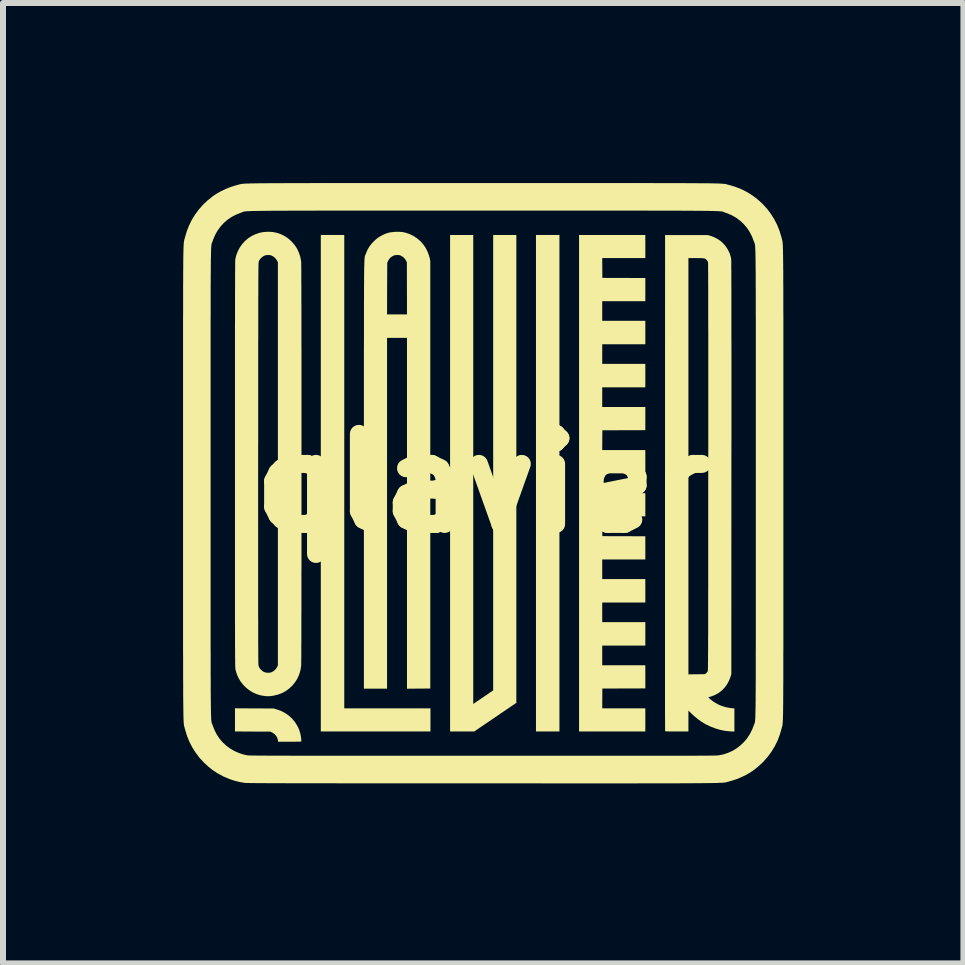
<source format=kicad_pcb>
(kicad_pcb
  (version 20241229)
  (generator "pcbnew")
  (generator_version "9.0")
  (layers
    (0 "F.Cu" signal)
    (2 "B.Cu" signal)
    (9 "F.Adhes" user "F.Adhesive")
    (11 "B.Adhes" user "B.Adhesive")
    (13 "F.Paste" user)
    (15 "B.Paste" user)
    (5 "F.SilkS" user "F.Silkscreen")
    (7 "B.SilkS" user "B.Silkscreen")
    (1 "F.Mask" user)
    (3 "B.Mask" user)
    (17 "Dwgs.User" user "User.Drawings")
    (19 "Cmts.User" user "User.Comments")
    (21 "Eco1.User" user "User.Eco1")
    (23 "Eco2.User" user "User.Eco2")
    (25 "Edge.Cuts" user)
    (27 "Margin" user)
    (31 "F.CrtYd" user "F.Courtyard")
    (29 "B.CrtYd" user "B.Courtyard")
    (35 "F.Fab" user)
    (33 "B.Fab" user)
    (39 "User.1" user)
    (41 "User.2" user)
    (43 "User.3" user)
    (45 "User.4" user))
  (footprint "qlavier"
    (layer "F.Cu")
    (at 5.001 5.001)
    (property "Reference" "qlavier" (at 0 0 0) (layer "F.SilkS") (effects (font (size 1.5 1.5) (thickness 0.3))))
    (attr board_only exclude_from_pos_files exclude_from_bom)
    (fp_poly (pts (xy 1.27 0) (xy 1.27 4.136) (xy 1.074 4.136) (xy 0.879 4.136) (xy 0.879 0) (xy 0.879 -4.136) (xy 1.074 -4.136) (xy 1.27 -4.136)) (stroke (width 0) (type solid)) (fill yes) (layer "F.SilkS"))
    (fp_poly (pts (xy -2.315 -0.193) (xy -2.315 3.751) (xy -1.597 3.751) (xy -0.879 3.751) (xy -0.879 3.944) (xy -0.879 4.136) (xy -1.792 4.136) (xy -2.706 4.136) (xy -2.706 0) (xy -2.706 -4.136) (xy -2.51 -4.136) (xy -2.315 -4.136)) (stroke (width 0) (type solid)) (fill yes) (layer "F.SilkS"))
    (fp_poly (pts (xy -0.166 -0.229) (xy -0.166 3.678) (xy -0.07 3.612) (xy -0.037 3.59) (xy -0.002 3.566) (xy 0.033 3.542) (xy 0.065 3.521) (xy 0.092 3.502) (xy 0.096 3.499) (xy 0.166 3.452) (xy 0.166 -0.342) (xy 0.166 -4.136) (xy 0.359 -4.136) (xy 0.552 -4.136) (xy 0.552 -0.238) (xy 0.552 3.66) (xy 0.497 3.697) (xy 0.479 3.709) (xy 0.453 3.726) (xy 0.422 3.748) (xy 0.384 3.773) (xy 0.342 3.802) (xy 0.296 3.833) (xy 0.247 3.867) (xy 0.195 3.902) (xy 0.142 3.938) (xy 0.088 3.975) (xy 0.034 4.011) (xy -0.019 4.047) (xy -0.026 4.052) (xy -0.149 4.136) (xy -0.35 4.136) (xy -0.552 4.136) (xy -0.552 0) (xy -0.552 -4.136) (xy -0.359 -4.136) (xy -0.166 -4.136)) (stroke (width 0) (type solid)) (fill yes) (layer "F.SilkS"))
    (fp_poly (pts (xy -3.815 3.752) (xy -3.494 3.753) (xy -3.445 3.767) (xy -3.375 3.791) (xy -3.31 3.824) (xy -3.25 3.864) (xy -3.195 3.911) (xy -3.148 3.965) (xy -3.124 3.999) (xy -3.098 4.042) (xy -3.077 4.083) (xy -3.061 4.124) (xy -3.05 4.161) (xy -3.045 4.182) (xy -3.04 4.207) (xy -3.036 4.232) (xy -3.033 4.257) (xy -3.031 4.278) (xy -3.03 4.294) (xy -3.031 4.303) (xy -3.031 4.303) (xy -3.036 4.304) (xy -3.05 4.305) (xy -3.072 4.306) (xy -3.1 4.306) (xy -3.134 4.307) (xy -3.172 4.307) (xy -3.213 4.307) (xy -3.225 4.307) (xy -3.417 4.307) (xy -3.421 4.282) (xy -3.43 4.245) (xy -3.449 4.211) (xy -3.475 4.182) (xy -3.507 4.159) (xy -3.52 4.152) (xy -3.548 4.139) (xy -3.842 4.138) (xy -4.136 4.136) (xy -4.136 3.943) (xy -4.136 3.75)) (stroke (width 0) (type solid)) (fill yes) (layer "F.SilkS"))
    (fp_poly (pts (xy 2.701 -3.944) (xy 2.701 -3.751) (xy 2.342 -3.751) (xy 1.983 -3.751) (xy 1.984 -3.586) (xy 1.985 -3.421) (xy 2.343 -3.42) (xy 2.701 -3.419) (xy 2.701 -3.226) (xy 2.701 -3.033) (xy 2.342 -3.033) (xy 1.983 -3.033) (xy 1.983 -2.869) (xy 1.983 -2.706) (xy 2.342 -2.706) (xy 2.701 -2.706) (xy 2.701 -2.51) (xy 2.701 -2.315) (xy 2.342 -2.315) (xy 1.983 -2.315) (xy 1.983 -2.151) (xy 1.983 -1.988) (xy 2.342 -1.988) (xy 2.701 -1.988) (xy 2.701 -1.792) (xy 2.701 -1.597) (xy 2.342 -1.597) (xy 1.983 -1.597) (xy 1.983 -1.433) (xy 1.983 -1.27) (xy 2.342 -1.27) (xy 2.701 -1.27) (xy 2.701 -1.077) (xy 2.701 -0.884) (xy 2.343 -0.883) (xy 1.985 -0.882) (xy 1.984 -0.717) (xy 1.983 -0.552) (xy 2.342 -0.552) (xy 2.701 -0.552) (xy 2.701 -0.359) (xy 2.701 -0.166) (xy 2.343 -0.165) (xy 1.985 -0.164) (xy 1.984 0.001) (xy 1.983 0.166) (xy 2.342 0.166) (xy 2.701 0.166) (xy 2.701 0.359) (xy 2.701 0.552) (xy 2.342 0.552) (xy 1.983 0.552) (xy 1.984 0.717) (xy 1.985 0.882) (xy 2.343 0.883) (xy 2.701 0.884) (xy 2.701 1.077) (xy 2.701 1.27) (xy 2.342 1.27) (xy 1.983 1.27) (xy 1.983 1.433) (xy 1.983 1.597) (xy 2.342 1.597) (xy 2.701 1.597) (xy 2.701 1.792) (xy 2.701 1.988) (xy 2.342 1.988) (xy 1.983 1.988) (xy 1.983 2.151) (xy 1.983 2.315) (xy 2.342 2.315) (xy 2.701 2.315) (xy 2.701 2.51) (xy 2.701 2.706) (xy 2.342 2.706) (xy 1.983 2.706) (xy 1.983 2.869) (xy 1.983 3.033) (xy 2.342 3.033) (xy 2.701 3.033) (xy 2.701 3.226) (xy 2.701 3.419) (xy 2.343 3.42) (xy 1.985 3.421) (xy 1.984 3.586) (xy 1.983 3.751) (xy 2.342 3.751) (xy 2.701 3.751) (xy 2.701 3.944) (xy 2.701 4.136) (xy 2.149 4.136) (xy 1.597 4.136) (xy 1.597 0) (xy 1.597 -4.136) (xy 2.149 -4.136) (xy 2.701 -4.136)) (stroke (width 0) (type solid)) (fill yes) (layer "F.SilkS"))
    (fp_poly (pts (xy -1.395 -4.189) (xy -1.343 -4.184) (xy -1.294 -4.174) (xy -1.245 -4.158) (xy -1.222 -4.149) (xy -1.156 -4.116) (xy -1.096 -4.075) (xy -1.042 -4.028) (xy -0.995 -3.974) (xy -0.955 -3.914) (xy -0.923 -3.848) (xy -0.899 -3.778) (xy -0.892 -3.752) (xy -0.882 -3.704) (xy -0.882 -0.142) (xy -0.882 3.421) (xy -1.076 3.422) (xy -1.27 3.424) (xy -1.27 0.501) (xy -1.27 -2.422) (xy -1.436 -2.422) (xy -1.602 -2.422) (xy -1.602 0.501) (xy -1.602 3.423) (xy -1.795 3.423) (xy -1.988 3.423) (xy -1.988 -0.128) (xy -1.988 -0.354) (xy -1.988 -0.57) (xy -1.988 -0.776) (xy -1.988 -0.973) (xy -1.988 -1.162) (xy -1.988 -1.342) (xy -1.988 -1.513) (xy -1.988 -1.676) (xy -1.988 -1.831) (xy -1.988 -1.978) (xy -1.988 -2.117) (xy -1.988 -2.249) (xy -1.987 -2.374) (xy -1.987 -2.491) (xy -1.987 -2.602) (xy -1.987 -2.706) (xy -1.987 -2.804) (xy -1.987 -2.813) (xy -1.602 -2.813) (xy -1.436 -2.813) (xy -1.27 -2.813) (xy -1.271 -3.246) (xy -1.272 -3.68) (xy -1.285 -3.707) (xy -1.305 -3.739) (xy -1.333 -3.767) (xy -1.366 -3.788) (xy -1.367 -3.788) (xy -1.383 -3.796) (xy -1.399 -3.8) (xy -1.417 -3.802) (xy -1.433 -3.802) (xy -1.455 -3.801) (xy -1.472 -3.799) (xy -1.487 -3.794) (xy -1.505 -3.786) (xy -1.54 -3.764) (xy -1.567 -3.735) (xy -1.587 -3.7) (xy -1.588 -3.698) (xy -1.599 -3.67) (xy -1.601 -3.242) (xy -1.602 -2.813) (xy -1.987 -2.813) (xy -1.987 -2.895) (xy -1.987 -2.981) (xy -1.986 -3.061) (xy -1.986 -3.135) (xy -1.986 -3.204) (xy -1.986 -3.268) (xy -1.985 -3.326) (xy -1.985 -3.38) (xy -1.985 -3.43) (xy -1.984 -3.475) (xy -1.984 -3.516) (xy -1.983 -3.554) (xy -1.983 -3.587) (xy -1.982 -3.618) (xy -1.981 -3.644) (xy -1.981 -3.668) (xy -1.98 -3.689) (xy -1.979 -3.708) (xy -1.978 -3.724) (xy -1.977 -3.738) (xy -1.976 -3.749) (xy -1.975 -3.759) (xy -1.974 -3.768) (xy -1.973 -3.775) (xy -1.972 -3.781) (xy -1.971 -3.786) (xy -1.969 -3.79) (xy -1.968 -3.794) (xy -1.966 -3.798) (xy -1.965 -3.801) (xy -1.963 -3.804) (xy -1.961 -3.808) (xy -1.96 -3.813) (xy -1.958 -3.817) (xy -1.932 -3.881) (xy -1.9 -3.938) (xy -1.861 -3.99) (xy -1.825 -4.028) (xy -1.789 -4.062) (xy -1.754 -4.09) (xy -1.716 -4.114) (xy -1.673 -4.137) (xy -1.673 -4.137) (xy -1.627 -4.157) (xy -1.583 -4.172) (xy -1.538 -4.181) (xy -1.487 -4.187) (xy -1.452 -4.189)) (stroke (width 0) (type solid)) (fill yes) (layer "F.SilkS"))
    (fp_poly (pts (xy 3.782 -4.123) (xy 3.826 -4.108) (xy 3.872 -4.087) (xy 3.916 -4.062) (xy 3.955 -4.035) (xy 3.959 -4.032) (xy 4.004 -3.99) (xy 4.044 -3.942) (xy 4.078 -3.889) (xy 4.105 -3.832) (xy 4.124 -3.774) (xy 4.131 -3.738) (xy 4.132 -3.732) (xy 4.132 -3.719) (xy 4.133 -3.698) (xy 4.133 -3.669) (xy 4.133 -3.633) (xy 4.133 -3.589) (xy 4.134 -3.537) (xy 4.134 -3.477) (xy 4.134 -3.409) (xy 4.134 -3.334) (xy 4.135 -3.25) (xy 4.135 -3.158) (xy 4.135 -3.057) (xy 4.135 -2.948) (xy 4.135 -2.831) (xy 4.135 -2.705) (xy 4.135 -2.57) (xy 4.135 -2.426) (xy 4.136 -2.274) (xy 4.136 -2.113) (xy 4.136 -1.943) (xy 4.136 -1.763) (xy 4.136 -1.575) (xy 4.136 -1.377) (xy 4.136 -1.17) (xy 4.136 -0.953) (xy 4.136 -0.727) (xy 4.135 -0.491) (xy 4.135 -0.261) (xy 4.134 3.182) (xy 4.12 3.226) (xy 4.095 3.291) (xy 4.063 3.351) (xy 4.023 3.405) (xy 3.977 3.452) (xy 3.925 3.493) (xy 3.868 3.525) (xy 3.807 3.55) (xy 3.79 3.555) (xy 3.773 3.56) (xy 3.759 3.564) (xy 3.753 3.567) (xy 3.752 3.567) (xy 3.754 3.571) (xy 3.763 3.58) (xy 3.776 3.592) (xy 3.792 3.606) (xy 3.81 3.62) (xy 3.827 3.633) (xy 3.841 3.643) (xy 3.905 3.681) (xy 3.972 3.711) (xy 4.044 3.732) (xy 4.12 3.746) (xy 4.147 3.749) (xy 4.185 3.752) (xy 4.185 3.945) (xy 4.185 4.138) (xy 4.118 4.135) (xy 4.035 4.127) (xy 3.95 4.11) (xy 3.866 4.085) (xy 3.783 4.053) (xy 3.704 4.015) (xy 3.641 3.977) (xy 3.583 3.936) (xy 3.529 3.892) (xy 3.473 3.842) (xy 3.469 3.837) (xy 3.419 3.788) (xy 3.419 3.962) (xy 3.419 4.136) (xy 3.226 4.136) (xy 3.175 4.136) (xy 3.133 4.136) (xy 3.099 4.136) (xy 3.073 4.135) (xy 3.054 4.134) (xy 3.041 4.133) (xy 3.033 4.132) (xy 3.03 4.131) (xy 3.03 4.13) (xy 3.03 4.125) (xy 3.03 4.111) (xy 3.03 4.087) (xy 3.03 4.053) (xy 3.03 4.011) (xy 3.03 3.961) (xy 3.029 3.902) (xy 3.029 3.835) (xy 3.029 3.759) (xy 3.029 3.677) (xy 3.029 3.586) (xy 3.029 3.488) (xy 3.029 3.384) (xy 3.029 3.272) (xy 3.029 3.154) (xy 3.029 3.029) (xy 3.029 2.898) (xy 3.029 2.762) (xy 3.029 2.619) (xy 3.029 2.471) (xy 3.029 2.318) (xy 3.029 2.16) (xy 3.029 1.997) (xy 3.029 1.829) (xy 3.029 1.657) (xy 3.029 1.481) (xy 3.029 1.301) (xy 3.029 1.118) (xy 3.029 0.93) (xy 3.029 0.74) (xy 3.029 0.547) (xy 3.029 0.35) (xy 3.029 0.152) (xy 3.029 -0.005) (xy 3.03 -3.751) (xy 3.419 -3.751) (xy 3.419 -0.283) (xy 3.419 3.185) (xy 3.554 3.183) (xy 3.69 3.182) (xy 3.71 3.169) (xy 3.724 3.156) (xy 3.736 3.142) (xy 3.739 3.137) (xy 3.74 3.136) (xy 3.74 3.134) (xy 3.741 3.132) (xy 3.741 3.129) (xy 3.742 3.125) (xy 3.742 3.119) (xy 3.743 3.112) (xy 3.743 3.104) (xy 3.743 3.094) (xy 3.744 3.082) (xy 3.744 3.067) (xy 3.745 3.05) (xy 3.745 3.03) (xy 3.745 3.007) (xy 3.745 2.981) (xy 3.746 2.952) (xy 3.746 2.919) (xy 3.746 2.882) (xy 3.746 2.841) (xy 3.747 2.796) (xy 3.747 2.747) (xy 3.747 2.693) (xy 3.747 2.634) (xy 3.747 2.57) (xy 3.748 2.5) (xy 3.748 2.426) (xy 3.748 2.345) (xy 3.748 2.258) (xy 3.748 2.166) (xy 3.748 2.066) (xy 3.748 1.961) (xy 3.748 1.848) (xy 3.749 1.729) (xy 3.749 1.602) (xy 3.749 1.467) (xy 3.749 1.325) (xy 3.749 1.176) (xy 3.749 1.018) (xy 3.749 0.851) (xy 3.749 0.677) (xy 3.749 0.493) (xy 3.749 0.301) (xy 3.749 0.099) (xy 3.749 -0.112) (xy 3.749 -0.273) (xy 3.75 -0.51) (xy 3.75 -0.737) (xy 3.75 -0.955) (xy 3.75 -1.163) (xy 3.75 -1.362) (xy 3.75 -1.552) (xy 3.75 -1.733) (xy 3.75 -1.905) (xy 3.75 -2.068) (xy 3.75 -2.222) (xy 3.75 -2.368) (xy 3.75 -2.506) (xy 3.749 -2.635) (xy 3.749 -2.756) (xy 3.749 -2.869) (xy 3.749 -2.974) (xy 3.749 -3.071) (xy 3.749 -3.161) (xy 3.749 -3.243) (xy 3.748 -3.318) (xy 3.748 -3.385) (xy 3.748 -3.445) (xy 3.748 -3.498) (xy 3.747 -3.545) (xy 3.747 -3.584) (xy 3.747 -3.617) (xy 3.747 -3.643) (xy 3.746 -3.662) (xy 3.746 -3.676) (xy 3.745 -3.683) (xy 3.745 -3.684) (xy 3.735 -3.705) (xy 3.719 -3.724) (xy 3.699 -3.739) (xy 3.685 -3.745) (xy 3.673 -3.747) (xy 3.653 -3.748) (xy 3.625 -3.75) (xy 3.591 -3.75) (xy 3.551 -3.751) (xy 3.542 -3.751) (xy 3.419 -3.751) (xy 3.03 -3.751) (xy 3.03 -4.134) (xy 3.387 -4.134) (xy 3.743 -4.134)) (stroke (width 0) (type solid)) (fill yes) (layer "F.SilkS"))
    (fp_poly (pts (xy -3.511 -4.186) (xy -3.44 -4.172) (xy -3.372 -4.149) (xy -3.308 -4.117) (xy -3.248 -4.077) (xy -3.194 -4.029) (xy -3.145 -3.973) (xy -3.104 -3.913) (xy -3.073 -3.847) (xy -3.049 -3.777) (xy -3.035 -3.703) (xy -3.033 -3.69) (xy -3.033 -3.682) (xy -3.032 -3.665) (xy -3.032 -3.638) (xy -3.032 -3.603) (xy -3.031 -3.559) (xy -3.031 -3.507) (xy -3.031 -3.447) (xy -3.031 -3.379) (xy -3.03 -3.305) (xy -3.03 -3.223) (xy -3.03 -3.134) (xy -3.03 -3.039) (xy -3.029 -2.938) (xy -3.029 -2.831) (xy -3.029 -2.719) (xy -3.029 -2.602) (xy -3.029 -2.48) (xy -3.029 -2.353) (xy -3.028 -2.222) (xy -3.028 -2.087) (xy -3.028 -1.948) (xy -3.028 -1.807) (xy -3.028 -1.662) (xy -3.028 -1.514) (xy -3.028 -1.365) (xy -3.028 -1.213) (xy -3.028 -1.059) (xy -3.028 -0.904) (xy -3.028 -0.748) (xy -3.028 -0.591) (xy -3.028 -0.433) (xy -3.028 -0.275) (xy -3.028 -0.118) (xy -3.028 0.04) (xy -3.028 0.196) (xy -3.028 0.352) (xy -3.028 0.506) (xy -3.028 0.659) (xy -3.028 0.81) (xy -3.028 0.958) (xy -3.028 1.104) (xy -3.028 1.247) (xy -3.028 1.387) (xy -3.029 1.523) (xy -3.029 1.656) (xy -3.029 1.784) (xy -3.029 1.909) (xy -3.029 2.028) (xy -3.029 2.142) (xy -3.03 2.251) (xy -3.03 2.355) (xy -3.03 2.452) (xy -3.03 2.543) (xy -3.03 2.628) (xy -3.031 2.706) (xy -3.031 2.777) (xy -3.031 2.84) (xy -3.031 2.895) (xy -3.032 2.942) (xy -3.032 2.981) (xy -3.032 3.011) (xy -3.033 3.032) (xy -3.033 3.044) (xy -3.033 3.046) (xy -3.046 3.12) (xy -3.067 3.189) (xy -3.096 3.254) (xy -3.135 3.316) (xy -3.136 3.317) (xy -3.181 3.373) (xy -3.234 3.422) (xy -3.292 3.464) (xy -3.355 3.498) (xy -3.423 3.523) (xy -3.494 3.54) (xy -3.528 3.545) (xy -3.557 3.548) (xy -3.58 3.549) (xy -3.603 3.549) (xy -3.629 3.547) (xy -3.646 3.545) (xy -3.715 3.533) (xy -3.781 3.512) (xy -3.844 3.483) (xy -3.903 3.446) (xy -3.957 3.402) (xy -4.005 3.352) (xy -4.047 3.297) (xy -4.082 3.236) (xy -4.109 3.171) (xy -4.128 3.103) (xy -4.129 3.096) (xy -4.129 3.093) (xy -4.13 3.088) (xy -4.13 3.082) (xy -4.131 3.074) (xy -4.131 3.064) (xy -4.132 3.052) (xy -4.132 3.037) (xy -4.132 3.02) (xy -4.133 3) (xy -4.133 2.977) (xy -4.133 2.95) (xy -4.133 2.92) (xy -4.134 2.887) (xy -4.134 2.849) (xy -4.134 2.808) (xy -4.134 2.762) (xy -4.135 2.711) (xy -4.135 2.656) (xy -4.135 2.596) (xy -4.135 2.53) (xy -4.135 2.459) (xy -4.135 2.383) (xy -4.136 2.301) (xy -4.136 2.212) (xy -4.136 2.118) (xy -4.136 2.017) (xy -4.136 1.909) (xy -4.136 1.795) (xy -4.136 1.673) (xy -4.136 1.544) (xy -4.136 1.408) (xy -4.136 1.263) (xy -4.136 1.25) (xy -3.75 1.25) (xy -3.75 1.408) (xy -3.75 1.558) (xy -3.75 1.7) (xy -3.75 1.833) (xy -3.75 1.959) (xy -3.75 2.077) (xy -3.75 2.187) (xy -3.749 2.289) (xy -3.749 2.385) (xy -3.749 2.473) (xy -3.749 2.553) (xy -3.749 2.627) (xy -3.749 2.694) (xy -3.748 2.755) (xy -3.748 2.809) (xy -3.748 2.856) (xy -3.748 2.898) (xy -3.747 2.933) (xy -3.747 2.962) (xy -3.747 2.986) (xy -3.746 3.004) (xy -3.746 3.016) (xy -3.746 3.024) (xy -3.746 3.025) (xy -3.739 3.051) (xy -3.731 3.072) (xy -3.717 3.091) (xy -3.706 3.104) (xy -3.677 3.131) (xy -3.646 3.148) (xy -3.611 3.157) (xy -3.577 3.158) (xy -3.547 3.155) (xy -3.52 3.146) (xy -3.516 3.144) (xy -3.484 3.124) (xy -3.456 3.097) (xy -3.435 3.064) (xy -3.435 3.063) (xy -3.421 3.035) (xy -3.421 -0.322) (xy -3.421 -3.68) (xy -3.432 -3.703) (xy -3.449 -3.731) (xy -3.473 -3.758) (xy -3.501 -3.78) (xy -3.515 -3.787) (xy -3.532 -3.795) (xy -3.547 -3.799) (xy -3.565 -3.801) (xy -3.582 -3.802) (xy -3.605 -3.801) (xy -3.622 -3.799) (xy -3.638 -3.794) (xy -3.652 -3.788) (xy -3.68 -3.771) (xy -3.706 -3.748) (xy -3.727 -3.721) (xy -3.739 -3.698) (xy -3.74 -3.697) (xy -3.74 -3.694) (xy -3.741 -3.692) (xy -3.741 -3.688) (xy -3.742 -3.683) (xy -3.742 -3.677) (xy -3.743 -3.669) (xy -3.743 -3.66) (xy -3.744 -3.648) (xy -3.744 -3.635) (xy -3.744 -3.618) (xy -3.745 -3.6) (xy -3.745 -3.578) (xy -3.745 -3.554) (xy -3.746 -3.526) (xy -3.746 -3.494) (xy -3.746 -3.459) (xy -3.746 -3.42) (xy -3.747 -3.377) (xy -3.747 -3.33) (xy -3.747 -3.277) (xy -3.747 -3.22) (xy -3.747 -3.159) (xy -3.748 -3.091) (xy -3.748 -3.019) (xy -3.748 -2.94) (xy -3.748 -2.856) (xy -3.748 -2.766) (xy -3.748 -2.669) (xy -3.748 -2.566) (xy -3.748 -2.456) (xy -3.749 -2.339) (xy -3.749 -2.215) (xy -3.749 -2.084) (xy -3.749 -1.945) (xy -3.749 -1.798) (xy -3.749 -1.643) (xy -3.749 -1.48) (xy -3.749 -1.308) (xy -3.749 -1.128) (xy -3.749 -0.938) (xy -3.749 -0.74) (xy -3.75 -0.532) (xy -3.75 -0.339) (xy -3.75 -0.108) (xy -3.75 0.113) (xy -3.75 0.326) (xy -3.75 0.528) (xy -3.75 0.722) (xy -3.75 0.907) (xy -3.75 1.083) (xy -3.75 1.25) (xy -4.136 1.25) (xy -4.136 1.111) (xy -4.136 0.951) (xy -4.136 0.782) (xy -4.136 0.605) (xy -4.136 0.419) (xy -4.136 0.224) (xy -4.136 0.02) (xy -4.136 -0.194) (xy -4.136 -0.322) (xy -4.136 -0.565) (xy -4.136 -0.799) (xy -4.136 -1.022) (xy -4.136 -1.237) (xy -4.136 -1.441) (xy -4.136 -1.637) (xy -4.136 -1.823) (xy -4.136 -2) (xy -4.136 -2.168) (xy -4.136 -2.327) (xy -4.136 -2.477) (xy -4.136 -2.617) (xy -4.135 -2.75) (xy -4.135 -2.873) (xy -4.135 -2.988) (xy -4.135 -3.094) (xy -4.135 -3.191) (xy -4.134 -3.281) (xy -4.134 -3.361) (xy -4.134 -3.434) (xy -4.134 -3.499) (xy -4.133 -3.555) (xy -4.133 -3.603) (xy -4.133 -3.644) (xy -4.133 -3.676) (xy -4.132 -3.701) (xy -4.132 -3.718) (xy -4.131 -3.727) (xy -4.131 -3.729) (xy -4.114 -3.8) (xy -4.088 -3.867) (xy -4.055 -3.929) (xy -4.014 -3.986) (xy -3.968 -4.037) (xy -3.915 -4.082) (xy -3.857 -4.119) (xy -3.795 -4.149) (xy -3.728 -4.172) (xy -3.658 -4.185) (xy -3.586 -4.19) (xy -3.586 -4.19)) (stroke (width 0) (type solid)) (fill yes) (layer "F.SilkS"))
    (fp_poly (pts (xy 1.636 -5.001) (xy 1.802 -5.001) (xy 1.96 -5.001) (xy 2.11 -5.001) (xy 2.252 -5.001) (xy 2.388 -5.001) (xy 2.516 -5.001) (xy 2.637 -5.001) (xy 2.751 -5.001) (xy 2.859 -5) (xy 2.96 -5) (xy 3.056 -5) (xy 3.145 -5) (xy 3.229 -5) (xy 3.307 -5) (xy 3.38 -4.999) (xy 3.447 -4.999) (xy 3.51 -4.999) (xy 3.568 -4.998) (xy 3.621 -4.998) (xy 3.671 -4.998) (xy 3.716 -4.997) (xy 3.757 -4.997) (xy 3.794 -4.996) (xy 3.828 -4.996) (xy 3.859 -4.995) (xy 3.886 -4.994) (xy 3.911 -4.994) (xy 3.933 -4.993) (xy 3.952 -4.992) (xy 3.969 -4.991) (xy 3.984 -4.99) (xy 3.998 -4.989) (xy 4.009 -4.988) (xy 4.019 -4.987) (xy 4.028 -4.986) (xy 4.035 -4.985) (xy 4.042 -4.984) (xy 4.048 -4.982) (xy 4.053 -4.981) (xy 4.058 -4.98) (xy 4.063 -4.978) (xy 4.069 -4.977) (xy 4.074 -4.975) (xy 4.08 -4.973) (xy 4.087 -4.972) (xy 4.09 -4.971) (xy 4.193 -4.941) (xy 4.293 -4.903) (xy 4.388 -4.855) (xy 4.479 -4.799) (xy 4.565 -4.735) (xy 4.645 -4.663) (xy 4.654 -4.654) (xy 4.727 -4.575) (xy 4.791 -4.49) (xy 4.848 -4.4) (xy 4.897 -4.305) (xy 4.936 -4.207) (xy 4.967 -4.105) (xy 4.971 -4.09) (xy 4.973 -4.083) (xy 4.974 -4.077) (xy 4.976 -4.071) (xy 4.978 -4.065) (xy 4.979 -4.06) (xy 4.981 -4.055) (xy 4.982 -4.05) (xy 4.983 -4.044) (xy 4.985 -4.038) (xy 4.986 -4.031) (xy 4.987 -4.022) (xy 4.988 -4.013) (xy 4.989 -4.002) (xy 4.99 -3.99) (xy 4.991 -3.975) (xy 4.992 -3.959) (xy 4.993 -3.941) (xy 4.993 -3.92) (xy 4.994 -3.896) (xy 4.995 -3.87) (xy 4.995 -3.84) (xy 4.996 -3.808) (xy 4.996 -3.772) (xy 4.997 -3.732) (xy 4.997 -3.689) (xy 4.998 -3.641) (xy 4.998 -3.589) (xy 4.999 -3.533) (xy 4.999 -3.472) (xy 4.999 -3.406) (xy 4.999 -3.336) (xy 5 -3.259) (xy 5 -3.178) (xy 5 -3.091) (xy 5 -2.998) (xy 5 -2.899) (xy 5.001 -2.793) (xy 5.001 -2.682) (xy 5.001 -2.563) (xy 5.001 -2.438) (xy 5.001 -2.306) (xy 5.001 -2.166) (xy 5.001 -2.019) (xy 5.001 -1.864) (xy 5.001 -1.701) (xy 5.001 -1.531) (xy 5.001 -1.352) (xy 5.001 -1.164) (xy 5.001 -0.968) (xy 5.001 -0.763) (xy 5.001 -0.549) (xy 5.001 -0.325) (xy 5.001 -0.093) (xy 5.001 0) (xy 5.001 0.237) (xy 5.001 0.464) (xy 5.001 0.681) (xy 5.001 0.89) (xy 5.001 1.089) (xy 5.001 1.28) (xy 5.001 1.463) (xy 5.001 1.636) (xy 5.001 1.802) (xy 5.001 1.96) (xy 5.001 2.11) (xy 5.001 2.252) (xy 5.001 2.388) (xy 5.001 2.516) (xy 5.001 2.637) (xy 5.001 2.751) (xy 5 2.859) (xy 5 2.96) (xy 5 3.056) (xy 5 3.145) (xy 5 3.229) (xy 5 3.307) (xy 4.999 3.38) (xy 4.999 3.447) (xy 4.999 3.51) (xy 4.998 3.568) (xy 4.998 3.621) (xy 4.998 3.671) (xy 4.997 3.716) (xy 4.997 3.757) (xy 4.996 3.794) (xy 4.996 3.828) (xy 4.995 3.859) (xy 4.994 3.886) (xy 4.994 3.911) (xy 4.993 3.933) (xy 4.992 3.952) (xy 4.991 3.969) (xy 4.99 3.984) (xy 4.989 3.998) (xy 4.988 4.009) (xy 4.987 4.019) (xy 4.986 4.028) (xy 4.985 4.035) (xy 4.984 4.042) (xy 4.982 4.048) (xy 4.981 4.053) (xy 4.98 4.058) (xy 4.978 4.063) (xy 4.977 4.069) (xy 4.975 4.074) (xy 4.973 4.08) (xy 4.972 4.087) (xy 4.971 4.09) (xy 4.941 4.192) (xy 4.903 4.291) (xy 4.856 4.386) (xy 4.801 4.476) (xy 4.738 4.561) (xy 4.667 4.641) (xy 4.59 4.714) (xy 4.506 4.781) (xy 4.452 4.818) (xy 4.383 4.858) (xy 4.307 4.895) (xy 4.228 4.928) (xy 4.147 4.955) (xy 4.09 4.971) (xy 4.083 4.973) (xy 4.077 4.974) (xy 4.071 4.976) (xy 4.066 4.978) (xy 4.06 4.979) (xy 4.055 4.981) (xy 4.05 4.982) (xy 4.044 4.983) (xy 4.038 4.985) (xy 4.031 4.986) (xy 4.023 4.987) (xy 4.013 4.988) (xy 4.002 4.989) (xy 3.99 4.99) (xy 3.976 4.991) (xy 3.96 4.992) (xy 3.941 4.992) (xy 3.92 4.993) (xy 3.897 4.994) (xy 3.87 4.995) (xy 3.841 4.995) (xy 3.809 4.996) (xy 3.773 4.996) (xy 3.733 4.997) (xy 3.689 4.997) (xy 3.642 4.998) (xy 3.59 4.998) (xy 3.534 4.998) (xy 3.473 4.999) (xy 3.408 4.999) (xy 3.337 4.999) (xy 3.261 5) (xy 3.18 5) (xy 3.093 5) (xy 3 5) (xy 2.901 5) (xy 2.796 5) (xy 2.684 5) (xy 2.566 5.001) (xy 2.441 5.001) (xy 2.309 5.001) (xy 2.169 5.001) (xy 2.022 5.001) (xy 1.868 5.001) (xy 1.706 5.001) (xy 1.535 5.001) (xy 1.356 5.001) (xy 1.169 5.001) (xy 0.973 5.001) (xy 0.769 5) (xy 0.555 5) (xy 0.332 5) (xy 0.099 5) (xy -0.007 5) (xy -0.246 5) (xy -0.476 5) (xy -0.696 5) (xy -0.907 5) (xy -1.109 5) (xy -1.302 5) (xy -1.486 5) (xy -1.662 5) (xy -1.83 5) (xy -1.99 5) (xy -2.141 5) (xy -2.286 5) (xy -2.422 5) (xy -2.551 4.999) (xy -2.674 4.999) (xy -2.789 4.999) (xy -2.897 4.999) (xy -2.999 4.999) (xy -3.095 4.999) (xy -3.184 4.999) (xy -3.268 4.999) (xy -3.346 4.998) (xy -3.418 4.998) (xy -3.484 4.998) (xy -3.546 4.998) (xy -3.602 4.998) (xy -3.654 4.997) (xy -3.7 4.997) (xy -3.743 4.997) (xy -3.781 4.997) (xy -3.815 4.996) (xy -3.845 4.996) (xy -3.871 4.996) (xy -3.894 4.995) (xy -3.914 4.995) (xy -3.93 4.995) (xy -3.944 4.994) (xy -3.954 4.994) (xy -3.962 4.994) (xy -3.968 4.993) (xy -3.97 4.993) (xy -4.055 4.979) (xy -4.143 4.957) (xy -4.23 4.928) (xy -4.315 4.892) (xy -4.342 4.879) (xy -4.427 4.833) (xy -4.505 4.782) (xy -4.578 4.724) (xy -4.649 4.659) (xy -4.654 4.654) (xy -4.727 4.575) (xy -4.791 4.49) (xy -4.848 4.4) (xy -4.897 4.305) (xy -4.936 4.207) (xy -4.967 4.105) (xy -4.971 4.09) (xy -4.973 4.083) (xy -4.974 4.077) (xy -4.976 4.071) (xy -4.978 4.065) (xy -4.979 4.06) (xy -4.981 4.055) (xy -4.982 4.05) (xy -4.983 4.044) (xy -4.985 4.038) (xy -4.986 4.031) (xy -4.987 4.022) (xy -4.988 4.013) (xy -4.989 4.002) (xy -4.99 3.99) (xy -4.991 3.975) (xy -4.992 3.959) (xy -4.993 3.941) (xy -4.993 3.92) (xy -4.994 3.896) (xy -4.995 3.87) (xy -4.995 3.84) (xy -4.996 3.808) (xy -4.996 3.772) (xy -4.997 3.732) (xy -4.997 3.689) (xy -4.998 3.641) (xy -4.998 3.589) (xy -4.999 3.533) (xy -4.999 3.472) (xy -4.999 3.406) (xy -4.999 3.336) (xy -5 3.259) (xy -5 3.178) (xy -5 3.091) (xy -5 2.998) (xy -5 2.899) (xy -5.001 2.793) (xy -5.001 2.682) (xy -5.001 2.563) (xy -5.001 2.438) (xy -5.001 2.306) (xy -5.001 2.166) (xy -5.001 2.019) (xy -5.001 1.864) (xy -5.001 1.701) (xy -5.001 1.629) (xy -4.542 1.629) (xy -4.542 1.794) (xy -4.542 1.951) (xy -4.542 2.1) (xy -4.542 2.242) (xy -4.542 2.376) (xy -4.542 2.503) (xy -4.542 2.623) (xy -4.542 2.736) (xy -4.541 2.843) (xy -4.541 2.944) (xy -4.541 3.038) (xy -4.541 3.126) (xy -4.541 3.209) (xy -4.54 3.286) (xy -4.54 3.358) (xy -4.54 3.425) (xy -4.54 3.486) (xy -4.539 3.543) (xy -4.539 3.596) (xy -4.538 3.644) (xy -4.538 3.688) (xy -4.537 3.728) (xy -4.537 3.764) (xy -4.536 3.797) (xy -4.536 3.827) (xy -4.535 3.853) (xy -4.534 3.876) (xy -4.533 3.897) (xy -4.532 3.915) (xy -4.532 3.931) (xy -4.531 3.945) (xy -4.53 3.957) (xy -4.528 3.967) (xy -4.527 3.975) (xy -4.526 3.983) (xy -4.525 3.989) (xy -4.523 3.994) (xy -4.522 3.999) (xy -4.521 4.003) (xy -4.519 4.006) (xy -4.517 4.01) (xy -4.516 4.014) (xy -4.514 4.018) (xy -4.512 4.022) (xy -4.51 4.028) (xy -4.509 4.031) (xy -4.478 4.111) (xy -4.44 4.186) (xy -4.394 4.255) (xy -4.341 4.317) (xy -4.281 4.373) (xy -4.214 4.422) (xy -4.142 4.464) (xy -4.064 4.497) (xy -4.029 4.509) (xy -4.001 4.518) (xy -3.971 4.525) (xy -3.942 4.531) (xy -3.926 4.534) (xy -3.923 4.534) (xy -3.916 4.535) (xy -3.908 4.535) (xy -3.897 4.536) (xy -3.883 4.536) (xy -3.867 4.536) (xy -3.847 4.537) (xy -3.824 4.537) (xy -3.798 4.537) (xy -3.767 4.538) (xy -3.733 4.538) (xy -3.695 4.538) (xy -3.653 4.538) (xy -3.606 4.539) (xy -3.554 4.539) (xy -3.498 4.539) (xy -3.437 4.539) (xy -3.37 4.539) (xy -3.298 4.539) (xy -3.221 4.54) (xy -3.137 4.54) (xy -3.048 4.54) (xy -2.952 4.54) (xy -2.851 4.54) (xy -2.742 4.54) (xy -2.627 4.54) (xy -2.505 4.541) (xy -2.376 4.541) (xy -2.239 4.541) (xy -2.095 4.541) (xy -1.943 4.541) (xy -1.784 4.541) (xy -1.616 4.541) (xy -1.44 4.541) (xy -1.255 4.541) (xy -1.062 4.541) (xy -0.86 4.541) (xy -0.649 4.541) (xy -0.429 4.541) (xy -0.199 4.541) (xy -0.006 4.541) (xy 0.229 4.541) (xy 0.454 4.541) (xy 0.67 4.541) (xy 0.876 4.541) (xy 1.074 4.541) (xy 1.263 4.541) (xy 1.443 4.541) (xy 1.615 4.541) (xy 1.779 4.541) (xy 1.935 4.541) (xy 2.083 4.541) (xy 2.223 4.541) (xy 2.356 4.541) (xy 2.482 4.541) (xy 2.601 4.541) (xy 2.713 4.541) (xy 2.819 4.541) (xy 2.918 4.541) (xy 3.012 4.541) (xy 3.099 4.541) (xy 3.18 4.541) (xy 3.256 4.541) (xy 3.326 4.54) (xy 3.392 4.54) (xy 3.452 4.54) (xy 3.508 4.54) (xy 3.559 4.54) (xy 3.605 4.539) (xy 3.648 4.539) (xy 3.686 4.539) (xy 3.721 4.539) (xy 3.752 4.539) (xy 3.78 4.538) (xy 3.805 4.538) (xy 3.827 4.538) (xy 3.846 4.537) (xy 3.862 4.537) (xy 3.876 4.537) (xy 3.888 4.536) (xy 3.898 4.536) (xy 3.906 4.535) (xy 3.913 4.535) (xy 3.918 4.535) (xy 3.922 4.534) (xy 3.923 4.534) (xy 4.003 4.518) (xy 4.08 4.492) (xy 4.154 4.459) (xy 4.222 4.417) (xy 4.286 4.368) (xy 4.344 4.313) (xy 4.396 4.251) (xy 4.441 4.183) (xy 4.479 4.109) (xy 4.509 4.031) (xy 4.511 4.026) (xy 4.513 4.021) (xy 4.515 4.016) (xy 4.516 4.012) (xy 4.518 4.009) (xy 4.52 4.005) (xy 4.521 4.001) (xy 4.523 3.997) (xy 4.524 3.992) (xy 4.525 3.987) (xy 4.527 3.98) (xy 4.528 3.973) (xy 4.529 3.963) (xy 4.53 3.953) (xy 4.531 3.94) (xy 4.532 3.926) (xy 4.533 3.909) (xy 4.534 3.89) (xy 4.534 3.869) (xy 4.535 3.844) (xy 4.536 3.817) (xy 4.536 3.786) (xy 4.537 3.752) (xy 4.538 3.715) (xy 4.538 3.673) (xy 4.539 3.628) (xy 4.539 3.578) (xy 4.539 3.524) (xy 4.54 3.466) (xy 4.54 3.403) (xy 4.54 3.334) (xy 4.541 3.261) (xy 4.541 3.182) (xy 4.541 3.097) (xy 4.541 3.007) (xy 4.541 2.91) (xy 4.541 2.808) (xy 4.542 2.699) (xy 4.542 2.583) (xy 4.542 2.46) (xy 4.542 2.331) (xy 4.542 2.194) (xy 4.542 2.05) (xy 4.542 1.898) (xy 4.542 1.739) (xy 4.542 1.571) (xy 4.542 1.395) (xy 4.542 1.211) (xy 4.542 1.018) (xy 4.542 0.816) (xy 4.542 0.606) (xy 4.542 0.386) (xy 4.542 0.156) (xy 4.542 0) (xy 4.542 -0.236) (xy 4.542 -0.462) (xy 4.542 -0.679) (xy 4.542 -0.886) (xy 4.542 -1.085) (xy 4.542 -1.275) (xy 4.542 -1.456) (xy 4.542 -1.629) (xy 4.542 -1.794) (xy 4.542 -1.951) (xy 4.542 -2.1) (xy 4.542 -2.242) (xy 4.542 -2.376) (xy 4.542 -2.503) (xy 4.542 -2.623) (xy 4.542 -2.736) (xy 4.541 -2.843) (xy 4.541 -2.944) (xy 4.541 -3.038) (xy 4.541 -3.126) (xy 4.541 -3.209) (xy 4.54 -3.286) (xy 4.54 -3.358) (xy 4.54 -3.425) (xy 4.54 -3.486) (xy 4.539 -3.543) (xy 4.539 -3.596) (xy 4.538 -3.644) (xy 4.538 -3.688) (xy 4.537 -3.728) (xy 4.537 -3.764) (xy 4.536 -3.797) (xy 4.536 -3.827) (xy 4.535 -3.853) (xy 4.534 -3.876) (xy 4.533 -3.897) (xy 4.532 -3.915) (xy 4.532 -3.931) (xy 4.531 -3.945) (xy 4.53 -3.957) (xy 4.528 -3.967) (xy 4.527 -3.975) (xy 4.526 -3.983) (xy 4.525 -3.989) (xy 4.523 -3.994) (xy 4.522 -3.999) (xy 4.521 -4.003) (xy 4.519 -4.006) (xy 4.517 -4.01) (xy 4.516 -4.014) (xy 4.514 -4.018) (xy 4.512 -4.022) (xy 4.51 -4.028) (xy 4.509 -4.031) (xy 4.478 -4.111) (xy 4.44 -4.186) (xy 4.394 -4.255) (xy 4.34 -4.318) (xy 4.28 -4.374) (xy 4.214 -4.423) (xy 4.142 -4.464) (xy 4.064 -4.498) (xy 4.031 -4.509) (xy 4.026 -4.511) (xy 4.021 -4.513) (xy 4.016 -4.515) (xy 4.012 -4.516) (xy 4.009 -4.518) (xy 4.005 -4.52) (xy 4.001 -4.521) (xy 3.997 -4.523) (xy 3.992 -4.524) (xy 3.987 -4.525) (xy 3.98 -4.527) (xy 3.973 -4.528) (xy 3.963 -4.529) (xy 3.953 -4.53) (xy 3.94 -4.531) (xy 3.926 -4.532) (xy 3.909 -4.533) (xy 3.89 -4.534) (xy 3.869 -4.534) (xy 3.844 -4.535) (xy 3.817 -4.536) (xy 3.786 -4.536) (xy 3.752 -4.537) (xy 3.715 -4.538) (xy 3.673 -4.538) (xy 3.628 -4.539) (xy 3.578 -4.539) (xy 3.524 -4.539) (xy 3.466 -4.54) (xy 3.403 -4.54) (xy 3.334 -4.54) (xy 3.261 -4.541) (xy 3.182 -4.541) (xy 3.097 -4.541) (xy 3.007 -4.541) (xy 2.91 -4.541) (xy 2.808 -4.541) (xy 2.699 -4.542) (xy 2.583 -4.542) (xy 2.46 -4.542) (xy 2.331 -4.542) (xy 2.194 -4.542) (xy 2.05 -4.542) (xy 1.898 -4.542) (xy 1.739 -4.542) (xy 1.571 -4.542) (xy 1.395 -4.542) (xy 1.211 -4.542) (xy 1.018 -4.542) (xy 0.816 -4.542) (xy 0.606 -4.542) (xy 0.386 -4.542) (xy 0.156 -4.542) (xy 0 -4.542) (xy -0.236 -4.542) (xy -0.462 -4.542) (xy -0.679 -4.542) (xy -0.886 -4.542) (xy -1.085 -4.542) (xy -1.275 -4.542) (xy -1.456 -4.542) (xy -1.629 -4.542) (xy -1.794 -4.542) (xy -1.951 -4.542) (xy -2.1 -4.542) (xy -2.242 -4.542) (xy -2.376 -4.542) (xy -2.503 -4.542) (xy -2.623 -4.542) (xy -2.736 -4.542) (xy -2.843 -4.541) (xy -2.944 -4.541) (xy -3.038 -4.541) (xy -3.126 -4.541) (xy -3.209 -4.541) (xy -3.286 -4.54) (xy -3.358 -4.54) (xy -3.425 -4.54) (xy -3.486 -4.54) (xy -3.543 -4.539) (xy -3.596 -4.539) (xy -3.644 -4.538) (xy -3.688 -4.538) (xy -3.728 -4.537) (xy -3.764 -4.537) (xy -3.797 -4.536) (xy -3.827 -4.536) (xy -3.853 -4.535) (xy -3.876 -4.534) (xy -3.897 -4.533) (xy -3.915 -4.532) (xy -3.931 -4.532) (xy -3.945 -4.531) (xy -3.957 -4.53) (xy -3.967 -4.528) (xy -3.975 -4.527) (xy -3.983 -4.526) (xy -3.989 -4.525) (xy -3.994 -4.523) (xy -3.999 -4.522) (xy -4.003 -4.521) (xy -4.006 -4.519) (xy -4.01 -4.517) (xy -4.014 -4.516) (xy -4.018 -4.514) (xy -4.022 -4.512) (xy -4.028 -4.51) (xy -4.031 -4.509) (xy -4.111 -4.478) (xy -4.186 -4.44) (xy -4.255 -4.394) (xy -4.318 -4.34) (xy -4.374 -4.28) (xy -4.423 -4.214) (xy -4.464 -4.142) (xy -4.498 -4.064) (xy -4.509 -4.031) (xy -4.511 -4.026) (xy -4.513 -4.021) (xy -4.515 -4.016) (xy -4.516 -4.012) (xy -4.518 -4.009) (xy -4.52 -4.005) (xy -4.521 -4.001) (xy -4.523 -3.997) (xy -4.524 -3.992) (xy -4.525 -3.987) (xy -4.527 -3.98) (xy -4.528 -3.973) (xy -4.529 -3.963) (xy -4.53 -3.953) (xy -4.531 -3.94) (xy -4.532 -3.926) (xy -4.533 -3.909) (xy -4.534 -3.89) (xy -4.534 -3.869) (xy -4.535 -3.844) (xy -4.536 -3.817) (xy -4.536 -3.786) (xy -4.537 -3.752) (xy -4.538 -3.715) (xy -4.538 -3.673) (xy -4.539 -3.628) (xy -4.539 -3.578) (xy -4.539 -3.524) (xy -4.54 -3.466) (xy -4.54 -3.403) (xy -4.54 -3.334) (xy -4.541 -3.261) (xy -4.541 -3.182) (xy -4.541 -3.097) (xy -4.541 -3.007) (xy -4.541 -2.91) (xy -4.541 -2.808) (xy -4.542 -2.699) (xy -4.542 -2.583) (xy -4.542 -2.46) (xy -4.542 -2.331) (xy -4.542 -2.194) (xy -4.542 -2.05) (xy -4.542 -1.898) (xy -4.542 -1.739) (xy -4.542 -1.571) (xy -4.542 -1.395) (xy -4.542 -1.211) (xy -4.542 -1.018) (xy -4.542 -0.816) (xy -4.542 -0.606) (xy -4.542 -0.386) (xy -4.542 -0.156) (xy -4.542 0) (xy -4.542 0.236) (xy -4.542 0.462) (xy -4.542 0.679) (xy -4.542 0.886) (xy -4.542 1.085) (xy -4.542 1.275) (xy -4.542 1.456) (xy -4.542 1.629) (xy -5.001 1.629) (xy -5.001 1.531) (xy -5.001 1.352) (xy -5.001 1.164) (xy -5.001 0.968) (xy -5.001 0.763) (xy -5.001 0.549) (xy -5.001 0.325) (xy -5.001 0.093) (xy -5.001 0) (xy -5.001 -0.237) (xy -5.001 -0.464) (xy -5.001 -0.681) (xy -5.001 -0.89) (xy -5.001 -1.089) (xy -5.001 -1.28) (xy -5.001 -1.463) (xy -5.001 -1.636) (xy -5.001 -1.802) (xy -5.001 -1.96) (xy -5.001 -2.11) (xy -5.001 -2.252) (xy -5.001 -2.388) (xy -5.001 -2.516) (xy -5.001 -2.637) (xy -5.001 -2.751) (xy -5 -2.859) (xy -5 -2.96) (xy -5 -3.056) (xy -5 -3.145) (xy -5 -3.229) (xy -5 -3.307) (xy -4.999 -3.38) (xy -4.999 -3.447) (xy -4.999 -3.51) (xy -4.998 -3.568) (xy -4.998 -3.621) (xy -4.998 -3.671) (xy -4.997 -3.716) (xy -4.997 -3.757) (xy -4.996 -3.794) (xy -4.996 -3.828) (xy -4.995 -3.859) (xy -4.994 -3.886) (xy -4.994 -3.911) (xy -4.993 -3.933) (xy -4.992 -3.952) (xy -4.991 -3.969) (xy -4.99 -3.984) (xy -4.989 -3.998) (xy -4.988 -4.009) (xy -4.987 -4.019) (xy -4.986 -4.028) (xy -4.985 -4.035) (xy -4.984 -4.042) (xy -4.982 -4.048) (xy -4.981 -4.053) (xy -4.98 -4.058) (xy -4.978 -4.063) (xy -4.977 -4.069) (xy -4.975 -4.074) (xy -4.973 -4.08) (xy -4.972 -4.087) (xy -4.971 -4.09) (xy -4.941 -4.192) (xy -4.903 -4.291) (xy -4.856 -4.386) (xy -4.801 -4.476) (xy -4.738 -4.561) (xy -4.667 -4.641) (xy -4.59 -4.714) (xy -4.506 -4.781) (xy -4.452 -4.818) (xy -4.383 -4.858) (xy -4.307 -4.895) (xy -4.228 -4.928) (xy -4.147 -4.955) (xy -4.09 -4.971) (xy -4.083 -4.973) (xy -4.077 -4.974) (xy -4.071 -4.976) (xy -4.065 -4.978) (xy -4.06 -4.979) (xy -4.055 -4.981) (xy -4.05 -4.982) (xy -4.044 -4.983) (xy -4.038 -4.985) (xy -4.031 -4.986) (xy -4.022 -4.987) (xy -4.013 -4.988) (xy -4.002 -4.989) (xy -3.99 -4.99) (xy -3.975 -4.991) (xy -3.959 -4.992) (xy -3.941 -4.993) (xy -3.92 -4.993) (xy -3.896 -4.994) (xy -3.87 -4.995) (xy -3.84 -4.995) (xy -3.808 -4.996) (xy -3.772 -4.996) (xy -3.732 -4.997) (xy -3.689 -4.997) (xy -3.641 -4.998) (xy -3.589 -4.998) (xy -3.533 -4.999) (xy -3.472 -4.999) (xy -3.406 -4.999) (xy -3.336 -4.999) (xy -3.259 -5) (xy -3.178 -5) (xy -3.091 -5) (xy -2.998 -5) (xy -2.899 -5) (xy -2.793 -5.001) (xy -2.682 -5.001) (xy -2.563 -5.001) (xy -2.438 -5.001) (xy -2.306 -5.001) (xy -2.166 -5.001) (xy -2.019 -5.001) (xy -1.864 -5.001) (xy -1.701 -5.001) (xy -1.531 -5.001) (xy -1.352 -5.001) (xy -1.164 -5.001) (xy -0.968 -5.001) (xy -0.763 -5.001) (xy -0.549 -5.001) (xy -0.325 -5.001) (xy -0.093 -5.001) (xy 0 -5.001) (xy 0.237 -5.001) (xy 0.464 -5.001) (xy 0.681 -5.001) (xy 0.89 -5.001) (xy 1.089 -5.001) (xy 1.28 -5.001) (xy 1.463 -5.001)) (stroke (width 0) (type solid)) (fill yes) (layer "F.SilkS")))
  (gr_rect
    (start -3 -3)
    (end 13.002 13.002)
    (stroke (width 0.1) (type default))
    (fill no)
    (layer "Edge.Cuts")))
</source>
